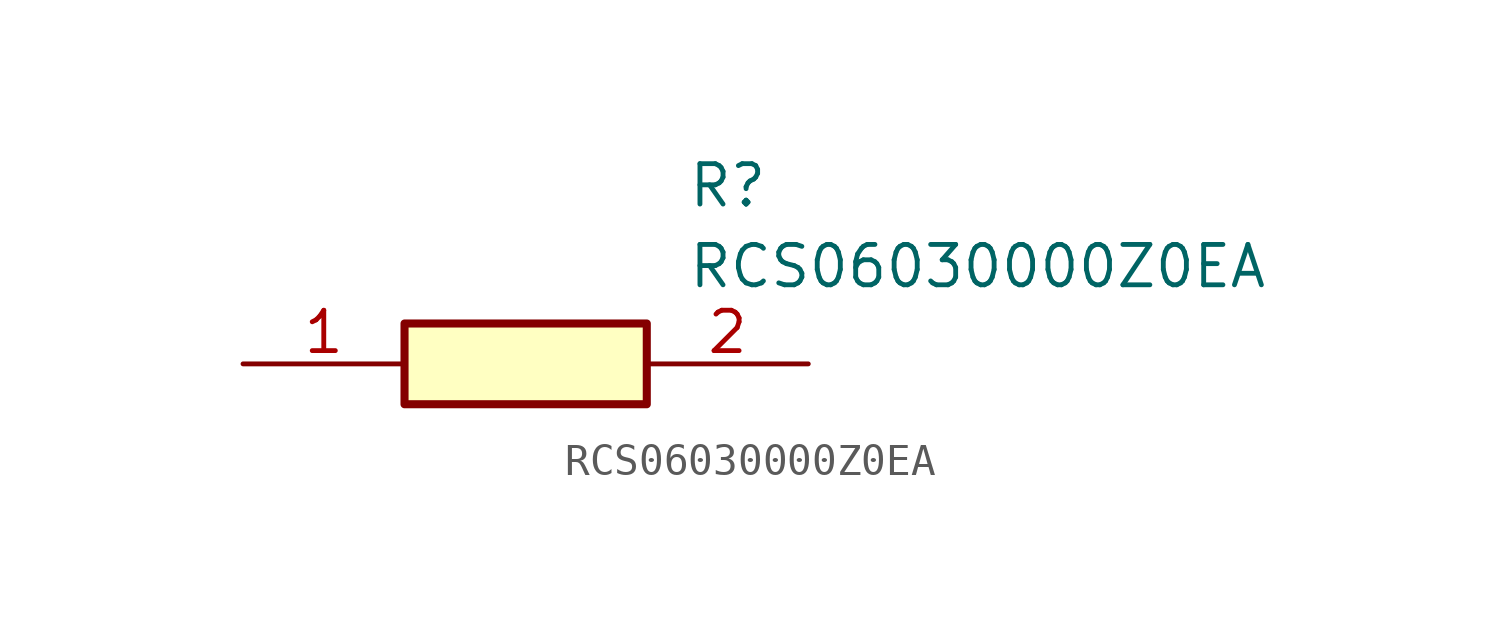
<source format=kicad_sym>
(kicad_symbol_lib
  (version 20211014)
  (generator SamacSys_ECAD_Model)
  (symbol "RCS06030000Z0EA"
    (pin_names hide)
    (property "Reference" "R"
      (at 13.97 6.35 0)
      (effects (font (size 1.27 1.27)) (justify left top)))
    (property "Value" "RCS06030000Z0EA"
      (at 13.97 3.81 0)
      (effects (font (size 1.27 1.27)) (justify left top)))
    (rectangle
      (start 5.08 1.27)
      (end 12.7 -1.27)
      (stroke (width 0.254) (type default))
      (fill (type background)))
    (pin passive line
      (at 0 0 0)
      (length 5.08)
      (name "1" (effects (font (size 1.27 1.27))))
      (number "1" (effects (font (size 1.27 1.27)))))
    (pin passive line
      (at 17.78 0 180)
      (length 5.08)
      (name "2" (effects (font (size 1.27 1.27))))
      (number "2" (effects (font (size 1.27 1.27)))))))
</source>
